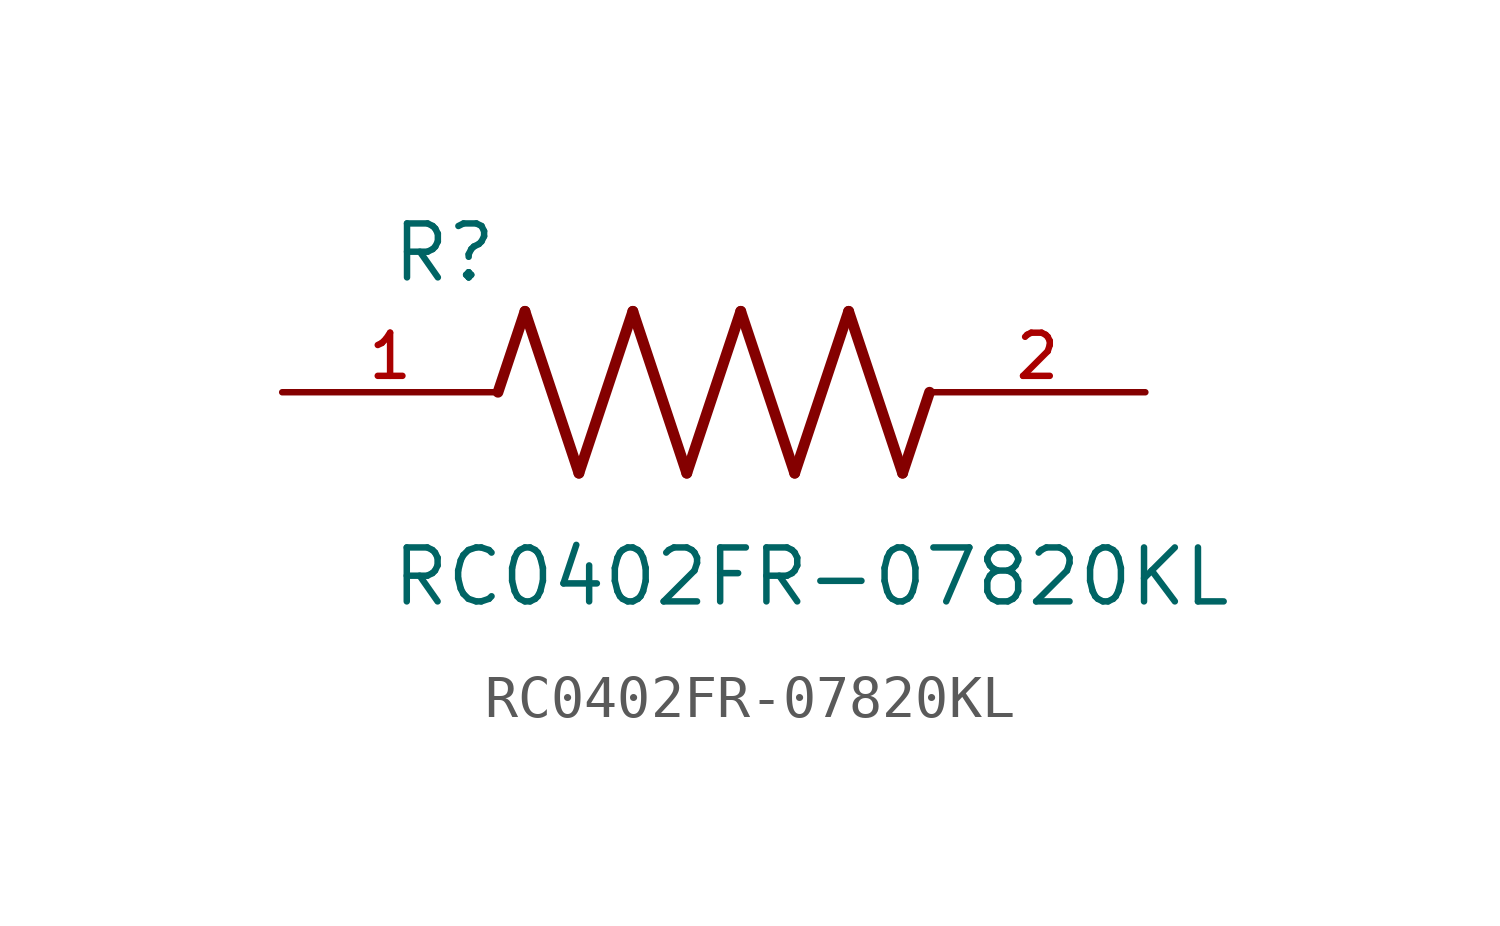
<source format=kicad_sym>
(kicad_symbol_lib
  (version 20211014)
  (generator kicad_symbol_editor)
  (symbol "RC0402FR-07820KL"
    (pin_names
      (offset 1.016))
    (property "Reference" "R"
      (at -7.624 2.541 0)
      (effects (font (size 1.27 1.27)) (justify bottom left)))
    (property "Value" "RC0402FR-07820KL"
      (at -7.63 -5.087 0)
      (effects (font (size 1.27 1.27)) (justify bottom left)))
    (symbol "RC0402FR-07820KL_0_0"
      (polyline (pts (xy -5.08 0.0) (xy -4.445 1.905)) (stroke (width 0.254)))
      (polyline (pts (xy -4.445 1.905) (xy -3.175 -1.905)) (stroke (width 0.254)))
      (polyline (pts (xy -3.175 -1.905) (xy -1.905 1.905)) (stroke (width 0.254)))
      (polyline (pts (xy -1.905 1.905) (xy -0.635 -1.905)) (stroke (width 0.254)))
      (polyline (pts (xy -0.635 -1.905) (xy 0.635 1.905)) (stroke (width 0.254)))
      (polyline (pts (xy 0.635 1.905) (xy 1.905 -1.905)) (stroke (width 0.254)))
      (polyline (pts (xy 1.905 -1.905) (xy 3.175 1.905)) (stroke (width 0.254)))
      (polyline (pts (xy 3.175 1.905) (xy 4.445 -1.905)) (stroke (width 0.254)))
      (polyline (pts (xy 4.445 -1.905) (xy 5.08 0.0)) (stroke (width 0.254)))
      (pin passive line (at -10.16 0.0 0) (length 5.08) (name "~" (effects (font (size 1.016 1.016)))) (number "1" (effects (font (size 1.016 1.016)))))
      (pin passive line (at 10.16 0.0 180.0) (length 5.08) (name "~" (effects (font (size 1.016 1.016)))) (number "2" (effects (font (size 1.016 1.016))))))))
</source>
